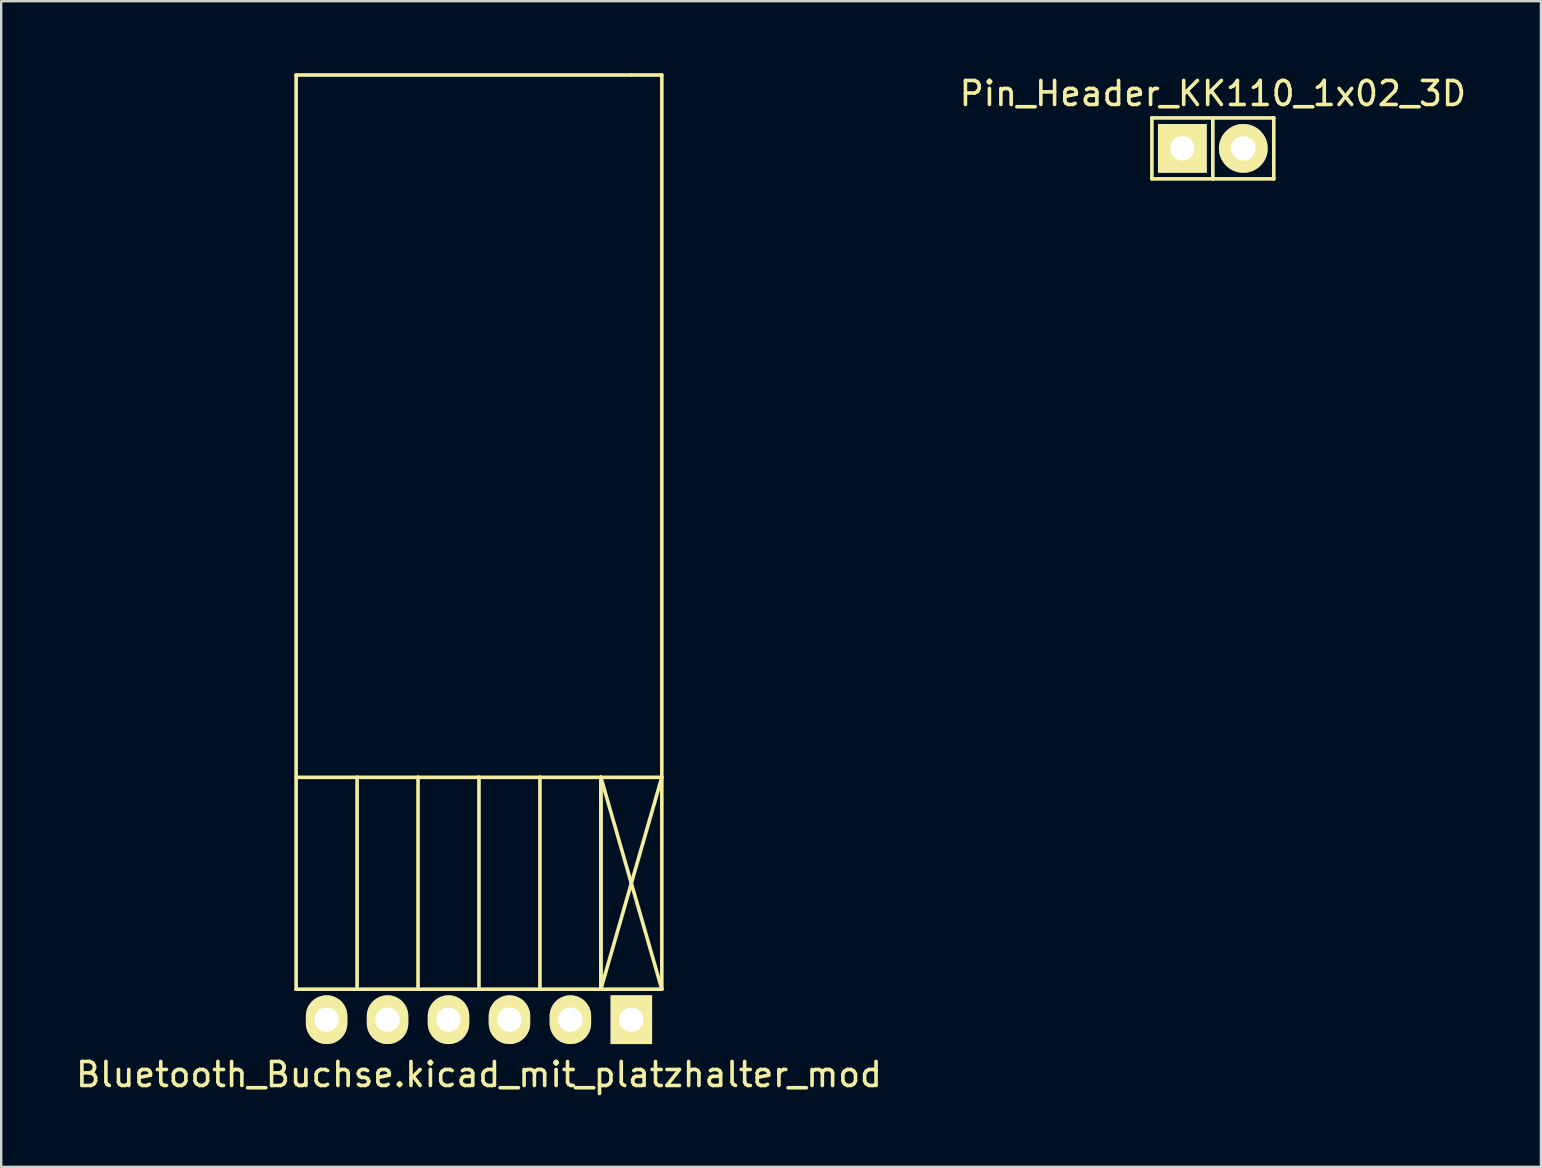
<source format=kicad_pcb>
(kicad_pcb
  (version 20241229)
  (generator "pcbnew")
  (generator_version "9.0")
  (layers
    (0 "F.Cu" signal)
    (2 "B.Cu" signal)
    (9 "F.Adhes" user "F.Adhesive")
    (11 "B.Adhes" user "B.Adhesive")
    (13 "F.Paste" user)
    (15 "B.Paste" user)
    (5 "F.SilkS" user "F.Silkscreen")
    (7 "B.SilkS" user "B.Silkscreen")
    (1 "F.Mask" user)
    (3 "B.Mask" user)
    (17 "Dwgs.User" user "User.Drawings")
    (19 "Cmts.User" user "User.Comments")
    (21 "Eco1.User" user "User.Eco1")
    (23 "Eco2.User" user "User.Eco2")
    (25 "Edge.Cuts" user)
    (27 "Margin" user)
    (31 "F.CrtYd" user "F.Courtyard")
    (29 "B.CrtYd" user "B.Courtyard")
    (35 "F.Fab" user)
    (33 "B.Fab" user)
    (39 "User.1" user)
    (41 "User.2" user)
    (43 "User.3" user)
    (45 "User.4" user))
  (footprint "Bluetooth_Buchse.kicad_mit_platzhalter_mod"
    (layer "F.Cu")
    (at 16.911 39.445)
    (property "Reference" "Bluetooth_Buchse.kicad_mit_platzhalter_mod" (at 0 2.286 0) (layer "F.SilkS") (effects (font (size 1 1) (thickness 0.15))))
    (attr through_hole)
    (fp_line (start -7.62 -39.37) (end 6.35 -39.37) (stroke (width 0.15) (type solid)) (layer "F.SilkS"))
    (fp_line (start -7.62 -10.16) (end -7.62 -39.37) (stroke (width 0.15) (type solid)) (layer "F.SilkS"))
    (fp_line (start -7.62 -10.1) (end -7.62 -1.27) (stroke (width 0.15) (type solid)) (layer "F.SilkS"))
    (fp_line (start -5.08 -10.1) (end -7.62 -10.1) (stroke (width 0.15) (type solid)) (layer "F.SilkS"))
    (fp_line (start -5.08 -10.1) (end -5.08 -1.27) (stroke (width 0.15) (type solid)) (layer "F.SilkS"))
    (fp_line (start -5.08 -1.27) (end -7.62 -1.27) (stroke (width 0.15) (type solid)) (layer "F.SilkS"))
    (fp_line (start -2.54 -10.1) (end -5.08 -10.1) (stroke (width 0.15) (type solid)) (layer "F.SilkS"))
    (fp_line (start -2.54 -10.1) (end -2.54 -1.27) (stroke (width 0.15) (type solid)) (layer "F.SilkS"))
    (fp_line (start -2.54 -1.27) (end -5.08 -1.27) (stroke (width 0.15) (type solid)) (layer "F.SilkS"))
    (fp_line (start 0 -10.1) (end -2.54 -10.1) (stroke (width 0.15) (type solid)) (layer "F.SilkS"))
    (fp_line (start 0 -10.1) (end 0 -1.27) (stroke (width 0.15) (type solid)) (layer "F.SilkS"))
    (fp_line (start 0 -1.27) (end -2.54 -1.27) (stroke (width 0.15) (type solid)) (layer "F.SilkS"))
    (fp_line (start 2.54 -10.1) (end 0 -10.1) (stroke (width 0.15) (type solid)) (layer "F.SilkS"))
    (fp_line (start 2.54 -10.1) (end 2.54 -1.27) (stroke (width 0.15) (type solid)) (layer "F.SilkS"))
    (fp_line (start 2.54 -1.27) (end 0 -1.27) (stroke (width 0.15) (type solid)) (layer "F.SilkS"))
    (fp_line (start 5.08 -10.1) (end 2.54 -10.1) (stroke (width 0.15) (type solid)) (layer "F.SilkS"))
    (fp_line (start 5.08 -10.1) (end 5.08 -1.27) (stroke (width 0.15) (type solid)) (layer "F.SilkS"))
    (fp_line (start 5.08 -1.27) (end 2.54 -1.27) (stroke (width 0.15) (type solid)) (layer "F.SilkS"))
    (fp_line (start 5.08 -1.27) (end 5.08 -10.1) (stroke (width 0.15) (type solid)) (layer "F.SilkS"))
    (fp_line (start 6.35 -39.37) (end 7.62 -39.37) (stroke (width 0.15) (type solid)) (layer "F.SilkS"))
    (fp_line (start 7.62 -39.37) (end 7.62 -10.16) (stroke (width 0.15) (type solid)) (layer "F.SilkS"))
    (fp_line (start 7.62 -10.1) (end 5.08 -10.1) (stroke (width 0.15) (type solid)) (layer "F.SilkS"))
    (fp_line (start 7.62 -10.1) (end 5.08 -1.27) (stroke (width 0.15) (type solid)) (layer "F.SilkS"))
    (fp_line (start 7.62 -1.27) (end 5.08 -10.1) (stroke (width 0.15) (type solid)) (layer "F.SilkS"))
    (fp_line (start 7.62 -1.27) (end 5.08 -1.27) (stroke (width 0.15) (type solid)) (layer "F.SilkS"))
    (fp_line (start 7.62 -1.27) (end 7.62 -10.1) (stroke (width 0.15) (type solid)) (layer "F.SilkS"))
    (pad "1" thru_hole rect (at 6.35 0 180) (size 1.727 2.032) (drill 1.016) (layers "*.Cu" "*.Mask" "F.SilkS"))
    (pad "2" thru_hole oval (at 3.81 0 180) (size 1.727 2.032) (drill 1.016) (layers "*.Cu" "*.Mask" "F.SilkS"))
    (pad "3" thru_hole oval (at 1.27 0 180) (size 1.727 2.032) (drill 1.016) (layers "*.Cu" "*.Mask" "F.SilkS"))
    (pad "4" thru_hole oval (at -1.27 0 180) (size 1.727 2.032) (drill 1.016) (layers "*.Cu" "*.Mask" "F.SilkS"))
    (pad "5" thru_hole oval (at -3.81 0 180) (size 1.727 2.032) (drill 1.016) (layers "*.Cu" "*.Mask" "F.SilkS"))
    (pad "6" thru_hole oval (at -6.35 0 180) (size 1.727 2.032) (drill 1.016) (layers "*.Cu" "*.Mask" "F.SilkS")))
  (footprint "Pin_Header_KK110_1x02_3D"
    (layer "F.Cu")
    (at 47.494 3.134)
    (property "Reference" "Pin_Header_KK110_1x02_3D" (at 0 -2.286 0) (layer "F.SilkS") (effects (font (size 1 1) (thickness 0.15))))
    (attr through_hole)
    (fp_line (start -2.54 -1.27) (end -2.54 1.27) (stroke (width 0.15) (type solid)) (layer "F.SilkS"))
    (fp_line (start -2.54 1.27) (end 0 1.27) (stroke (width 0.15) (type solid)) (layer "F.SilkS"))
    (fp_line (start 0 -1.27) (end 0 1.27) (stroke (width 0.15) (type solid)) (layer "F.SilkS"))
    (fp_line (start 0 1.27) (end 2.54 1.27) (stroke (width 0.15) (type solid)) (layer "F.SilkS"))
    (fp_line (start 2.54 -1.27) (end -2.54 -1.27) (stroke (width 0.15) (type solid)) (layer "F.SilkS"))
    (fp_line (start 2.54 1.27) (end 2.54 -1.27) (stroke (width 0.15) (type solid)) (layer "F.SilkS"))
    (pad "1" thru_hole rect (at -1.27 0) (size 2.032 2.032) (drill 1.016) (layers "*.Cu" "*.Mask" "F.SilkS"))
    (pad "2" thru_hole oval (at 1.27 0) (size 2.032 2.032) (drill 1.016) (layers "*.Cu" "*.Mask" "F.SilkS")))
  (gr_rect
    (start -3 -3)
    (end 61.167 45.579)
    (stroke (width 0.1) (type default))
    (fill no)
    (layer "Edge.Cuts")))
</source>
